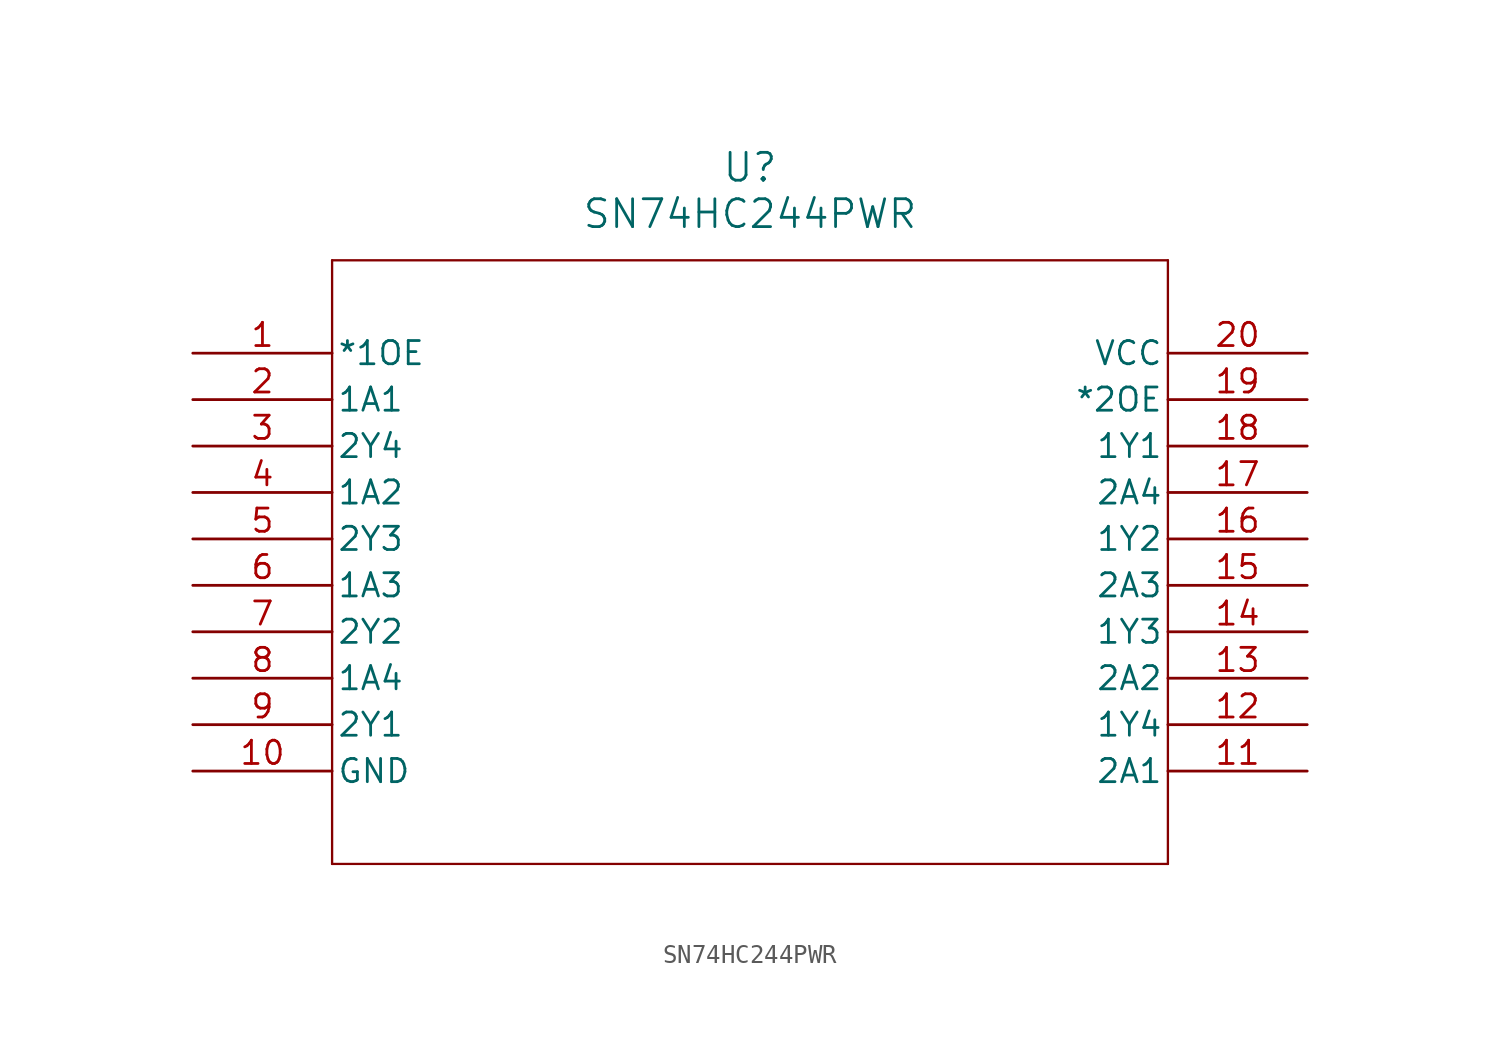
<source format=kicad_sym>
(kicad_symbol_lib
  (version 20211014)
  (generator kicad_symbol_editor)
  (symbol "SN74HC244PWR"
    (pin_names
      (offset 0.254))
    (property "Reference" "U"
      (at 30.48 10.16 0)
      (effects (font (size 1.524 1.524))))
    (property "Value" "SN74HC244PWR"
      (at 30.48 7.62 0)
      (effects (font (size 1.524 1.524))))
    (symbol "SN74HC244PWR_0_1"
      (polyline (pts (xy 7.62 5.08) (xy 7.62 -27.94)) (stroke (width 0.127) (type default) (color 0 0 0 0)) (fill (type none)))
      (polyline (pts (xy 7.62 -27.94) (xy 53.34 -27.94)) (stroke (width 0.127) (type default) (color 0 0 0 0)) (fill (type none)))
      (polyline (pts (xy 53.34 -27.94) (xy 53.34 5.08)) (stroke (width 0.127) (type default) (color 0 0 0 0)) (fill (type none)))
      (polyline (pts (xy 53.34 5.08) (xy 7.62 5.08)) (stroke (width 0.127) (type default) (color 0 0 0 0)) (fill (type none)))
      (pin input line (at 0 0 0) (length 7.62) (name "*1OE" (effects (font (size 1.27 1.27)))) (number "1" (effects (font (size 1.27 1.27)))))
      (pin input line (at 0 -2.54 0) (length 7.62) (name "1A1" (effects (font (size 1.27 1.27)))) (number "2" (effects (font (size 1.27 1.27)))))
      (pin output line (at 0 -5.08 0) (length 7.62) (name "2Y4" (effects (font (size 1.27 1.27)))) (number "3" (effects (font (size 1.27 1.27)))))
      (pin input line (at 0 -7.62 0) (length 7.62) (name "1A2" (effects (font (size 1.27 1.27)))) (number "4" (effects (font (size 1.27 1.27)))))
      (pin output line (at 0 -10.16 0) (length 7.62) (name "2Y3" (effects (font (size 1.27 1.27)))) (number "5" (effects (font (size 1.27 1.27)))))
      (pin input line (at 0 -12.7 0) (length 7.62) (name "1A3" (effects (font (size 1.27 1.27)))) (number "6" (effects (font (size 1.27 1.27)))))
      (pin output line (at 0 -15.24 0) (length 7.62) (name "2Y2" (effects (font (size 1.27 1.27)))) (number "7" (effects (font (size 1.27 1.27)))))
      (pin input line (at 0 -17.78 0) (length 7.62) (name "1A4" (effects (font (size 1.27 1.27)))) (number "8" (effects (font (size 1.27 1.27)))))
      (pin output line (at 0 -20.32 0) (length 7.62) (name "2Y1" (effects (font (size 1.27 1.27)))) (number "9" (effects (font (size 1.27 1.27)))))
      (pin power_in line (at 0 -22.86 0) (length 7.62) (name "GND" (effects (font (size 1.27 1.27)))) (number "10" (effects (font (size 1.27 1.27)))))
      (pin input line (at 60.96 -22.86 180) (length 7.62) (name "2A1" (effects (font (size 1.27 1.27)))) (number "11" (effects (font (size 1.27 1.27)))))
      (pin output line (at 60.96 -20.32 180) (length 7.62) (name "1Y4" (effects (font (size 1.27 1.27)))) (number "12" (effects (font (size 1.27 1.27)))))
      (pin input line (at 60.96 -17.78 180) (length 7.62) (name "2A2" (effects (font (size 1.27 1.27)))) (number "13" (effects (font (size 1.27 1.27)))))
      (pin output line (at 60.96 -15.24 180) (length 7.62) (name "1Y3" (effects (font (size 1.27 1.27)))) (number "14" (effects (font (size 1.27 1.27)))))
      (pin input line (at 60.96 -12.7 180) (length 7.62) (name "2A3" (effects (font (size 1.27 1.27)))) (number "15" (effects (font (size 1.27 1.27)))))
      (pin output line (at 60.96 -10.16 180) (length 7.62) (name "1Y2" (effects (font (size 1.27 1.27)))) (number "16" (effects (font (size 1.27 1.27)))))
      (pin input line (at 60.96 -7.62 180) (length 7.62) (name "2A4" (effects (font (size 1.27 1.27)))) (number "17" (effects (font (size 1.27 1.27)))))
      (pin output line (at 60.96 -5.08 180) (length 7.62) (name "1Y1" (effects (font (size 1.27 1.27)))) (number "18" (effects (font (size 1.27 1.27)))))
      (pin input line (at 60.96 -2.54 180) (length 7.62) (name "*2OE" (effects (font (size 1.27 1.27)))) (number "19" (effects (font (size 1.27 1.27)))))
      (pin power_in line (at 60.96 0 180) (length 7.62) (name "VCC" (effects (font (size 1.27 1.27)))) (number "20" (effects (font (size 1.27 1.27))))))))
</source>
